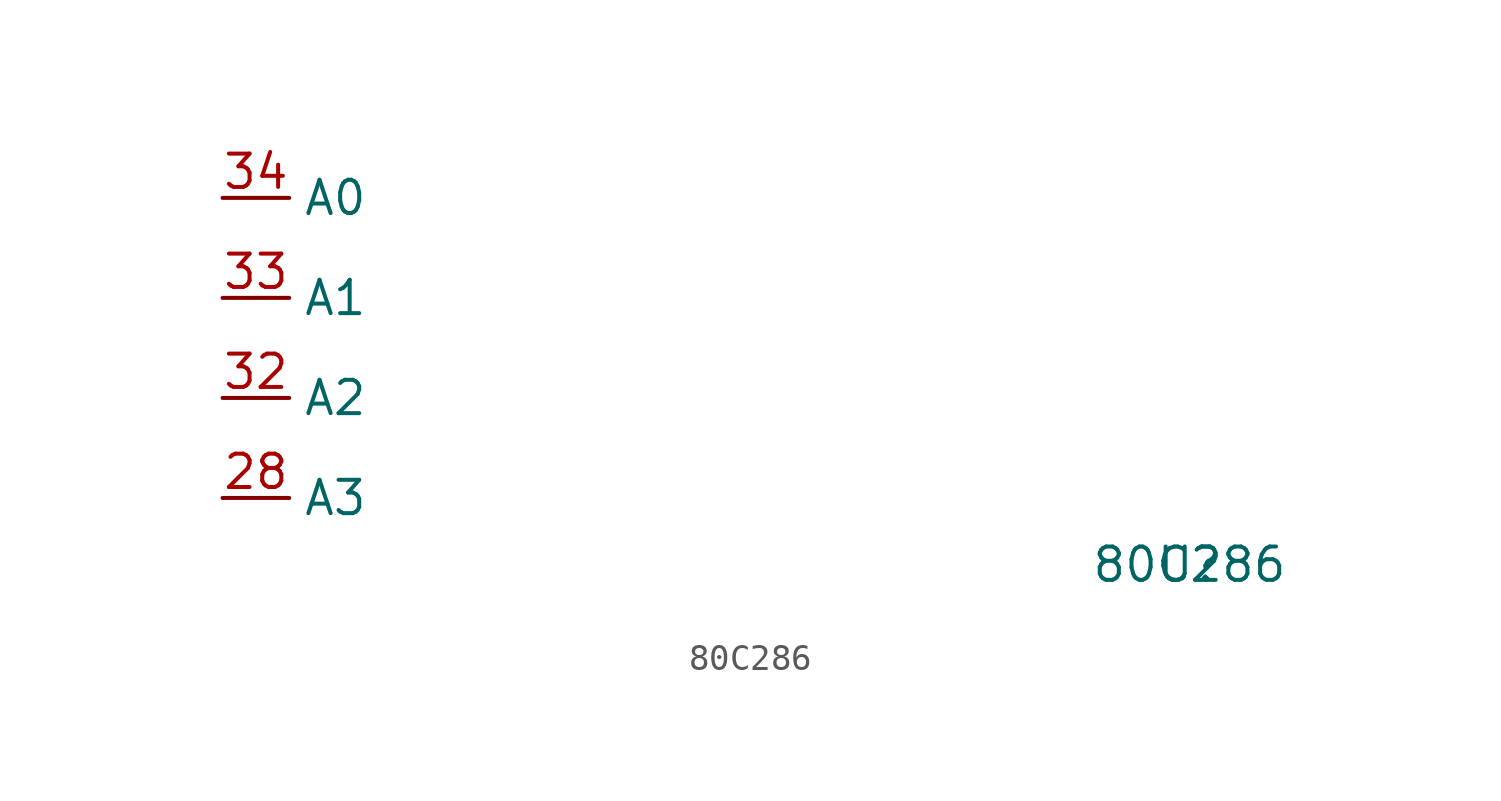
<source format=kicad_sym>
(kicad_symbol_lib
  (version 20211014)
  (generator kicad_symbol_editor)
  (symbol "80C286"
    (property "Reference" "U"
      (at 0 0 0)
      (effects (font (size 1.27 1.27))))
    (property "Value" "80C286"
      (at 0 0 0)
      (effects (font (size 1.27 1.27))))
    (symbol "80C286_1_1"
      (pin output line (at -36.83 2.54 0) (length 2.54) (name "A3" (effects (font (size 1.27 1.27)))) (number "28" (effects (font (size 1.27 1.27)))))
      (pin output line (at -36.83 6.35 0) (length 2.54) (name "A2" (effects (font (size 1.27 1.27)))) (number "32" (effects (font (size 1.27 1.27)))))
      (pin output line (at -36.83 10.16 0) (length 2.54) (name "A1" (effects (font (size 1.27 1.27)))) (number "33" (effects (font (size 1.27 1.27)))))
      (pin output line (at -36.83 13.97 0) (length 2.54) (name "A0" (effects (font (size 1.27 1.27)))) (number "34" (effects (font (size 1.27 1.27))))))))
</source>
